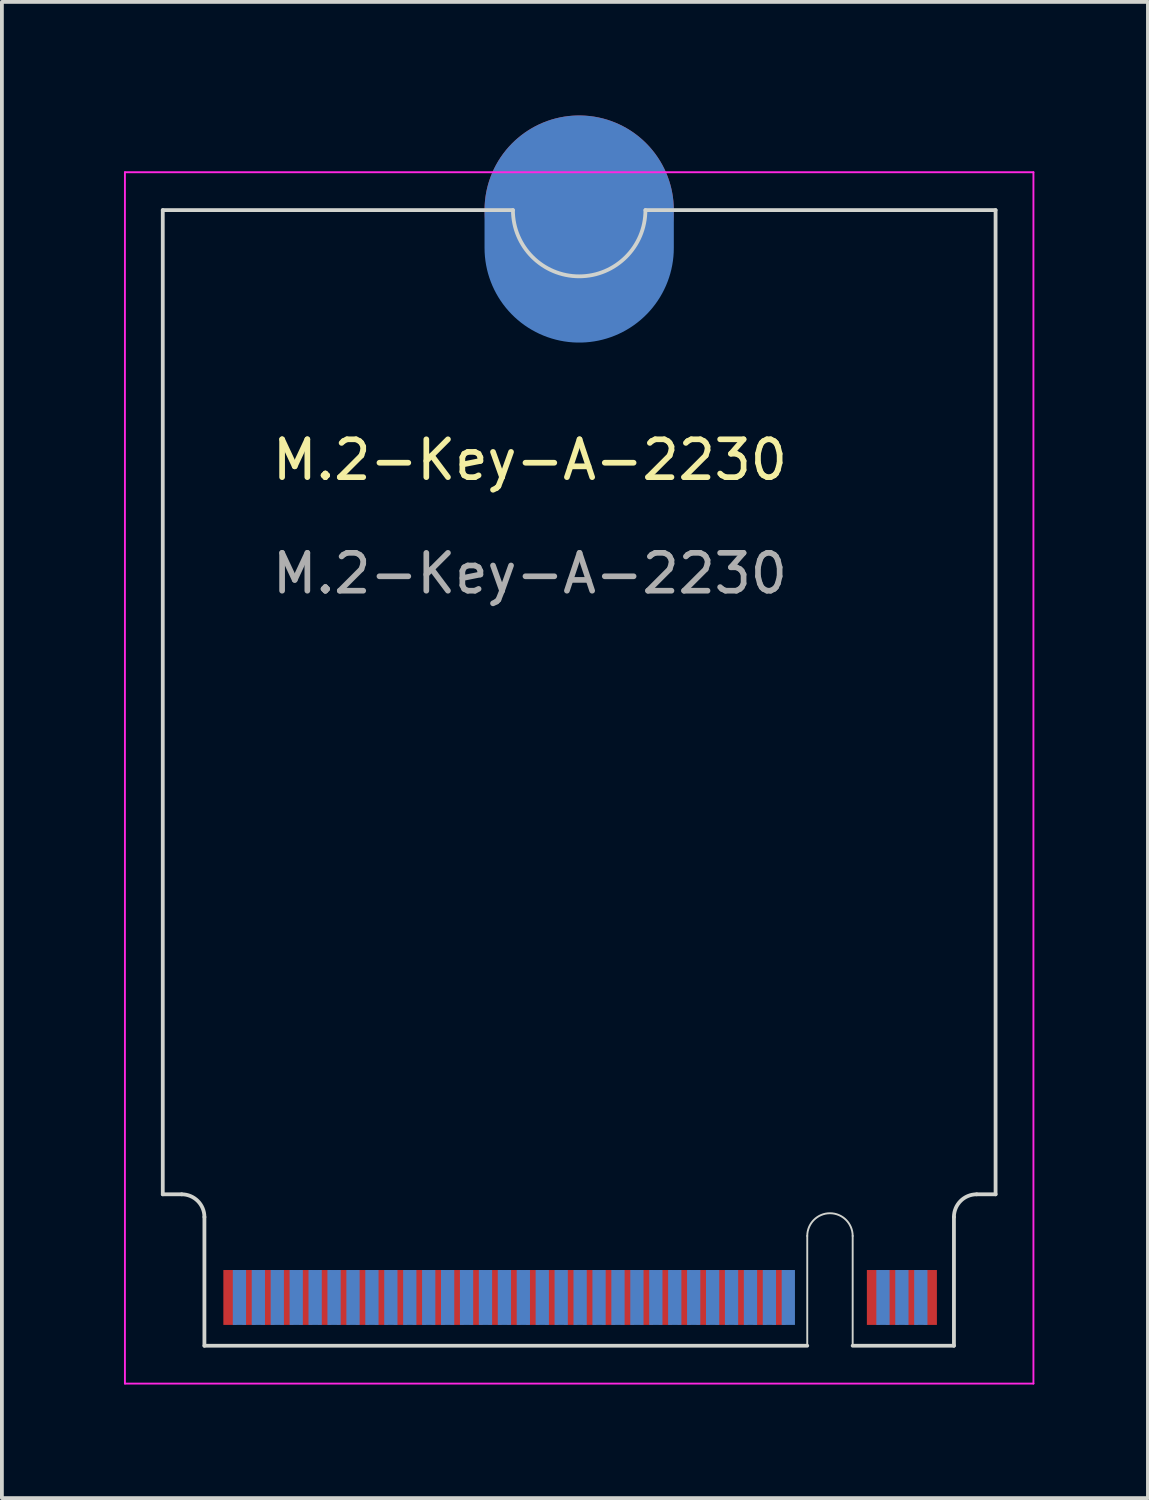
<source format=kicad_pcb>
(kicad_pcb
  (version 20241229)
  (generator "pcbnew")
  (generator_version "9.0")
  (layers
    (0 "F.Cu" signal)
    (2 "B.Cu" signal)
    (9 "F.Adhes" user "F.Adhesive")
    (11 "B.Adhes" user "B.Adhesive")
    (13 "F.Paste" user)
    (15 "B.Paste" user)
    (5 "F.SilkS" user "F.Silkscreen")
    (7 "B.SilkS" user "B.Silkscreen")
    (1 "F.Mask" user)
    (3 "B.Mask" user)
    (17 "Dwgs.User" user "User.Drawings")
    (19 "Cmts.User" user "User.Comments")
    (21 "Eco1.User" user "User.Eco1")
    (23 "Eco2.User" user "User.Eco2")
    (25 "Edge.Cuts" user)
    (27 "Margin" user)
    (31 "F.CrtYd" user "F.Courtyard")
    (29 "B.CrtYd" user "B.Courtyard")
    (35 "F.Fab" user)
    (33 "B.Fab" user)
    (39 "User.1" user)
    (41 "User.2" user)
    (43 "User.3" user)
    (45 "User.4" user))
  (footprint "M.2-Key-A-2230"
    (layer "F.Cu")
    (at 0.25 1.5)
    (property "Reference" "M.2-Key-A-2230" (at 10.7 7.6 0) (unlocked yes) (layer "F.SilkS") (effects (font (size 1 1) (thickness 0.15))))
    (fp_line (start 1 1) (end 1 27) (stroke (width 0.1) (type default)) (layer "Edge.Cuts"))
    (fp_line (start 1 1) (end 10.25 1) (stroke (width 0.1) (type default)) (layer "Edge.Cuts"))
    (fp_line (start 1 27) (end 1.5 27) (stroke (width 0.1) (type default)) (layer "Edge.Cuts"))
    (fp_line (start 2.1 27.6) (end 2.1 31) (stroke (width 0.1) (type default)) (layer "Edge.Cuts"))
    (fp_line (start 2.1 31) (end 18.025 31) (stroke (width 0.1) (type default)) (layer "Edge.Cuts"))
    (fp_line (start 18.025 31) (end 18.025 28.1) (stroke (width 0.05) (type default)) (layer "Edge.Cuts"))
    (fp_line (start 19.225 28.1) (end 19.225 31) (stroke (width 0.05) (type default)) (layer "Edge.Cuts"))
    (fp_line (start 19.225 31) (end 21.9 31) (stroke (width 0.1) (type default)) (layer "Edge.Cuts"))
    (fp_line (start 21.9 27.6) (end 21.9 31) (stroke (width 0.1) (type default)) (layer "Edge.Cuts"))
    (fp_line (start 23 1) (end 13.75 1) (stroke (width 0.1) (type default)) (layer "Edge.Cuts"))
    (fp_line (start 23 1) (end 23 27) (stroke (width 0.1) (type default)) (layer "Edge.Cuts"))
    (fp_line (start 23 27) (end 22.5 27) (stroke (width 0.1) (type default)) (layer "Edge.Cuts"))
    (fp_arc (start 1.5 27) (mid 1.924264 27.175736) (end 2.1 27.6) (stroke (width 0.1) (type default)) (layer "Edge.Cuts"))
    (fp_arc (start 13.75 1) (mid 12 2.75) (end 10.25 1) (stroke (width 0.1) (type default)) (layer "Edge.Cuts"))
    (fp_arc (start 18.025 28.1) (mid 18.625 27.5) (end 19.225 28.1) (stroke (width 0.05) (type default)) (layer "Edge.Cuts"))
    (fp_arc (start 21.9 27.6) (mid 22.075736 27.175736) (end 22.5 27) (stroke (width 0.1) (type default)) (layer "Edge.Cuts"))
    (fp_line (start 0 0) (end 0 32) (stroke (width 0.05) (type default)) (layer "F.CrtYd"))
    (fp_line (start 0 32) (end 24 32) (stroke (width 0.05) (type default)) (layer "F.CrtYd"))
    (fp_line (start 24 0) (end 0 0) (stroke (width 0.05) (type default)) (layer "F.CrtYd"))
    (fp_line (start 24 32) (end 24 0) (stroke (width 0.05) (type default)) (layer "F.CrtYd"))
    (fp_text user "${REFERENCE}" (at 10.7 10.6 0) (unlocked yes) (layer "F.Fab") (effects (font (size 1 1) (thickness 0.15))))
    (pad "1" connect rect (at 21.275 29.725) (size 0.35 1.45) (layers "F.Cu" "F.Mask"))
    (pad "2" connect rect (at 21.025 29.725) (size 0.35 1.45) (layers "B.Cu" "B.Mask"))
    (pad "3" connect rect (at 20.775 29.725) (size 0.35 1.45) (layers "F.Cu" "F.Mask"))
    (pad "4" connect rect (at 20.525 29.725) (size 0.35 1.45) (layers "B.Cu" "B.Mask"))
    (pad "5" connect rect (at 20.275 29.725) (size 0.35 1.45) (layers "F.Cu" "F.Mask"))
    (pad "6" connect rect (at 20.025 29.725) (size 0.35 1.45) (layers "B.Cu" "B.Mask"))
    (pad "7" connect rect (at 19.775 29.725) (size 0.35 1.45) (layers "F.Cu" "F.Mask"))
    (pad "16" connect rect (at 17.525 29.725) (size 0.35 1.45) (layers "B.Cu" "B.Mask"))
    (pad "17" connect rect (at 17.275 29.725) (size 0.35 1.45) (layers "F.Cu" "F.Mask"))
    (pad "18" connect rect (at 17.025 29.725) (size 0.35 1.45) (layers "B.Cu" "B.Mask"))
    (pad "19" connect rect (at 16.775 29.725) (size 0.35 1.45) (layers "F.Cu" "F.Mask"))
    (pad "20" connect rect (at 16.525 29.725) (size 0.35 1.45) (layers "B.Cu" "B.Mask"))
    (pad "21" connect rect (at 16.275 29.725) (size 0.35 1.45) (layers "F.Cu" "F.Mask"))
    (pad "22" connect rect (at 16.025 29.725) (size 0.35 1.45) (layers "B.Cu" "B.Mask"))
    (pad "23" connect rect (at 15.775 29.725) (size 0.35 1.45) (layers "F.Cu" "F.Mask"))
    (pad "24" connect rect (at 15.525 29.725) (size 0.35 1.45) (layers "B.Cu" "B.Mask"))
    (pad "25" connect rect (at 15.275 29.725) (size 0.35 1.45) (layers "F.Cu" "F.Mask"))
    (pad "26" connect rect (at 15.025 29.725) (size 0.35 1.45) (layers "B.Cu" "B.Mask"))
    (pad "27" connect rect (at 14.775 29.725) (size 0.35 1.45) (layers "F.Cu" "F.Mask"))
    (pad "28" connect rect (at 14.525 29.725) (size 0.35 1.45) (layers "B.Cu" "B.Mask"))
    (pad "29" connect rect (at 14.275 29.725) (size 0.35 1.45) (layers "F.Cu" "F.Mask"))
    (pad "30" connect rect (at 14.025 29.725) (size 0.35 1.45) (layers "B.Cu" "B.Mask"))
    (pad "31" connect rect (at 13.775 29.725) (size 0.35 1.45) (layers "F.Cu" "F.Mask"))
    (pad "32" connect rect (at 13.525 29.725) (size 0.35 1.45) (layers "B.Cu" "B.Mask"))
    (pad "33" connect rect (at 13.275 29.725) (size 0.35 1.45) (layers "F.Cu" "F.Mask"))
    (pad "34" connect rect (at 13.025 29.725) (size 0.35 1.45) (layers "B.Cu" "B.Mask"))
    (pad "35" connect rect (at 12.775 29.725) (size 0.35 1.45) (layers "F.Cu" "F.Mask"))
    (pad "36" connect rect (at 12.525 29.725) (size 0.35 1.45) (layers "B.Cu" "B.Mask"))
    (pad "37" connect rect (at 12.275 29.725) (size 0.35 1.45) (layers "F.Cu" "F.Mask"))
    (pad "38" connect rect (at 12.025 29.725) (size 0.35 1.45) (layers "B.Cu" "B.Mask"))
    (pad "39" connect rect (at 11.775 29.725) (size 0.35 1.45) (layers "F.Cu" "F.Mask"))
    (pad "40" connect rect (at 11.525 29.725) (size 0.35 1.45) (layers "B.Cu" "B.Mask"))
    (pad "41" connect rect (at 11.275 29.725) (size 0.35 1.45) (layers "F.Cu" "F.Mask"))
    (pad "42" connect rect (at 11.025 29.725) (size 0.35 1.45) (layers "B.Cu" "B.Mask"))
    (pad "43" connect rect (at 10.775 29.725) (size 0.35 1.45) (layers "F.Cu" "F.Mask"))
    (pad "44" connect rect (at 10.525 29.725) (size 0.35 1.45) (layers "B.Cu" "B.Mask"))
    (pad "45" connect rect (at 10.275 29.725) (size 0.35 1.45) (layers "F.Cu" "F.Mask"))
    (pad "46" connect rect (at 10.025 29.725) (size 0.35 1.45) (layers "B.Cu" "B.Mask"))
    (pad "47" connect rect (at 9.775 29.725) (size 0.35 1.45) (layers "F.Cu" "F.Mask"))
    (pad "48" connect rect (at 9.525 29.725) (size 0.35 1.45) (layers "B.Cu" "B.Mask"))
    (pad "49" connect rect (at 9.275 29.725) (size 0.35 1.45) (layers "F.Cu" "F.Mask"))
    (pad "50" connect rect (at 9.025 29.725) (size 0.35 1.45) (layers "B.Cu" "B.Mask"))
    (pad "51" connect rect (at 8.775 29.725) (size 0.35 1.45) (layers "F.Cu" "F.Mask"))
    (pad "52" connect rect (at 8.525 29.725) (size 0.35 1.45) (layers "B.Cu" "B.Mask"))
    (pad "53" connect rect (at 8.275 29.725) (size 0.35 1.45) (layers "F.Cu" "F.Mask"))
    (pad "54" connect rect (at 8.025 29.725) (size 0.35 1.45) (layers "B.Cu" "B.Mask"))
    (pad "55" connect rect (at 7.775 29.725) (size 0.35 1.45) (layers "F.Cu" "F.Mask"))
    (pad "56" connect rect (at 7.525 29.725) (size 0.35 1.45) (layers "B.Cu" "B.Mask"))
    (pad "57" connect rect (at 7.275 29.725) (size 0.35 1.45) (layers "F.Cu" "F.Mask"))
    (pad "58" connect rect (at 7.025 29.725) (size 0.35 1.45) (layers "B.Cu" "B.Mask"))
    (pad "59" connect rect (at 6.775 29.725) (size 0.35 1.45) (layers "F.Cu" "F.Mask"))
    (pad "60" connect rect (at 6.525 29.725) (size 0.35 1.45) (layers "B.Cu" "B.Mask"))
    (pad "61" connect rect (at 6.275 29.725) (size 0.35 1.45) (layers "F.Cu" "F.Mask"))
    (pad "62" connect rect (at 6.025 29.725) (size 0.35 1.45) (layers "B.Cu" "B.Mask"))
    (pad "63" connect rect (at 5.775 29.725) (size 0.35 1.45) (layers "F.Cu" "F.Mask"))
    (pad "64" connect rect (at 5.525 29.725) (size 0.35 1.45) (layers "B.Cu" "B.Mask"))
    (pad "65" connect rect (at 5.275 29.725) (size 0.35 1.45) (layers "F.Cu" "F.Mask"))
    (pad "66" connect rect (at 5.025 29.725) (size 0.35 1.45) (layers "B.Cu" "B.Mask"))
    (pad "67" connect rect (at 4.775 29.725) (size 0.35 1.45) (layers "F.Cu" "F.Mask"))
    (pad "68" connect rect (at 4.525 29.725) (size 0.35 1.45) (layers "B.Cu" "B.Mask"))
    (pad "69" connect rect (at 4.275 29.725) (size 0.35 1.45) (layers "F.Cu" "F.Mask"))
    (pad "70" connect rect (at 4.025 29.725) (size 0.35 1.45) (layers "B.Cu" "B.Mask"))
    (pad "71" connect rect (at 3.775 29.725) (size 0.35 1.45) (layers "F.Cu" "F.Mask"))
    (pad "72" connect rect (at 3.525 29.725) (size 0.35 1.45) (layers "B.Cu" "B.Mask"))
    (pad "73" connect rect (at 3.275 29.725) (size 0.35 1.45) (layers "F.Cu" "F.Mask"))
    (pad "74" connect rect (at 3.025 29.725) (size 0.35 1.45) (layers "B.Cu" "B.Mask"))
    (pad "75" connect rect (at 2.775 29.725) (size 0.35 1.45) (layers "F.Cu" "F.Mask"))
    (pad "76" connect circle (at 12 1) (size 5 5) (layers "F.Cu" "F.Mask"))
    (pad "76" connect oval (at 12 1.5) (size 5 6) (layers "B.Cu" "B.Mask"))
    (zone (net_name "") (layer "F.Cu") (name "TOP COMPONENT KEEPOUT") (hatch edge 0.5) (connect_pads) (min_thickness 0.25) (filled_areas_thickness no) (keepout (tracks allowed) (vias allowed) (pads allowed) (copperpour allowed) (footprints not_allowed)) (placement (enabled no)) (fill) (polygon (pts (xy 2.35 32.5) (xy 2.35 28.5) (xy 22.15 28.5) (xy 22.15 32.5))))
    (zone (net_name "") (layer "B.Cu") (name "BOTTOM COMPONENT KEEPOUT") (hatch edge 0.5) (connect_pads) (min_thickness 0.25) (filled_areas_thickness no) (keepout (tracks allowed) (vias allowed) (pads allowed) (copperpour allowed) (footprints not_allowed)) (placement (enabled no)) (fill) (polygon (pts (xy 2.35 32.5) (xy 22.15 32.5) (xy 22.15 28.5) (xy 23.25 28.5) (xy 23.25 27.3) (xy 1.25 27.3) (xy 1.25 28.5) (xy 2.35 28.5)))))
  (gr_rect
    (start -3 -3)
    (end 27.275 36.525)
    (stroke (width 0.1) (type default))
    (fill no)
    (layer "Edge.Cuts")))
</source>
